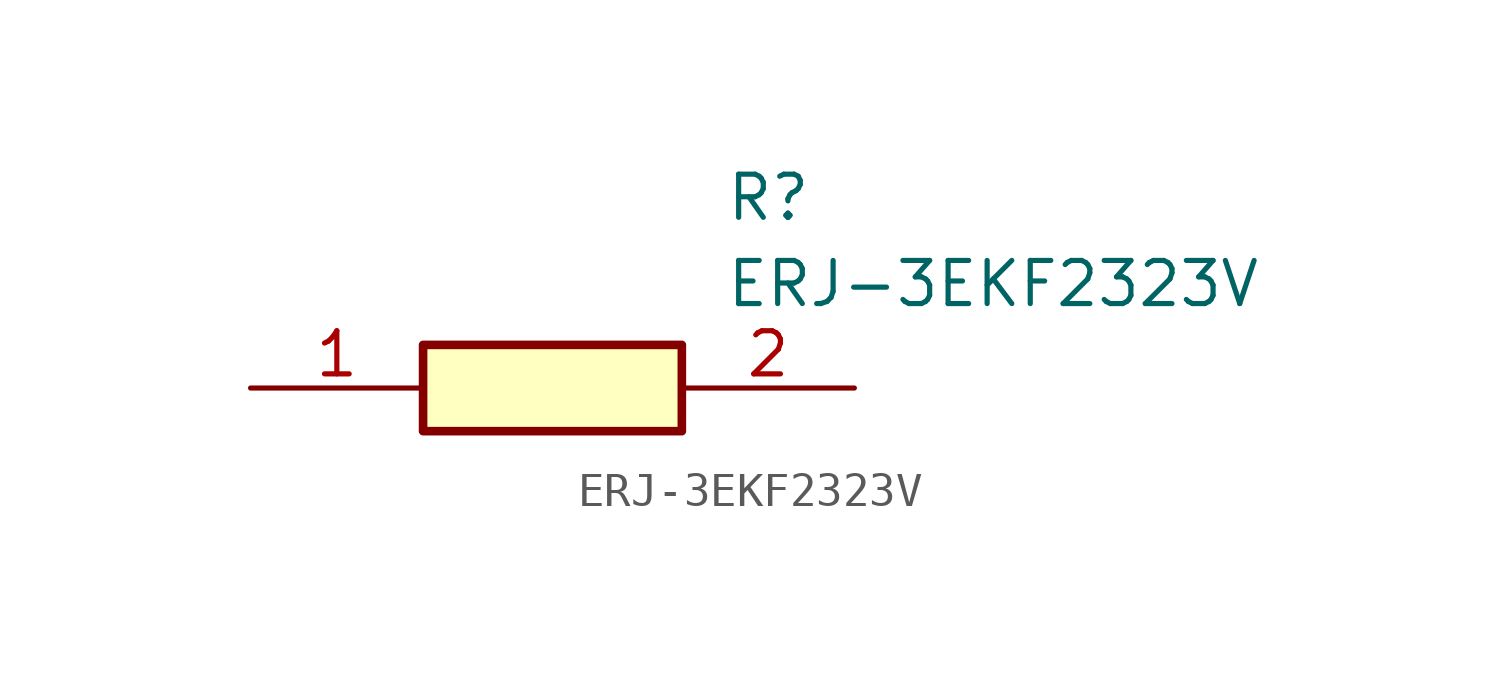
<source format=kicad_sym>
(kicad_symbol_lib
  (version 20211014)
  (generator SamacSys_ECAD_Model)
  (symbol "ERJ-3EKF2323V"
    (pin_names hide)
    (property "Reference" "R"
      (at 13.97 6.35 0)
      (effects (font (size 1.27 1.27)) (justify left top)))
    (property "Value" "ERJ-3EKF2323V"
      (at 13.97 3.81 0)
      (effects (font (size 1.27 1.27)) (justify left top)))
    (rectangle
      (start 5.08 1.27)
      (end 12.7 -1.27)
      (stroke (width 0.254) (type default))
      (fill (type background)))
    (pin passive line
      (at 0 0 0)
      (length 5.08)
      (name "1" (effects (font (size 1.27 1.27))))
      (number "1" (effects (font (size 1.27 1.27)))))
    (pin passive line
      (at 17.78 0 180)
      (length 5.08)
      (name "2" (effects (font (size 1.27 1.27))))
      (number "2" (effects (font (size 1.27 1.27)))))))
</source>
